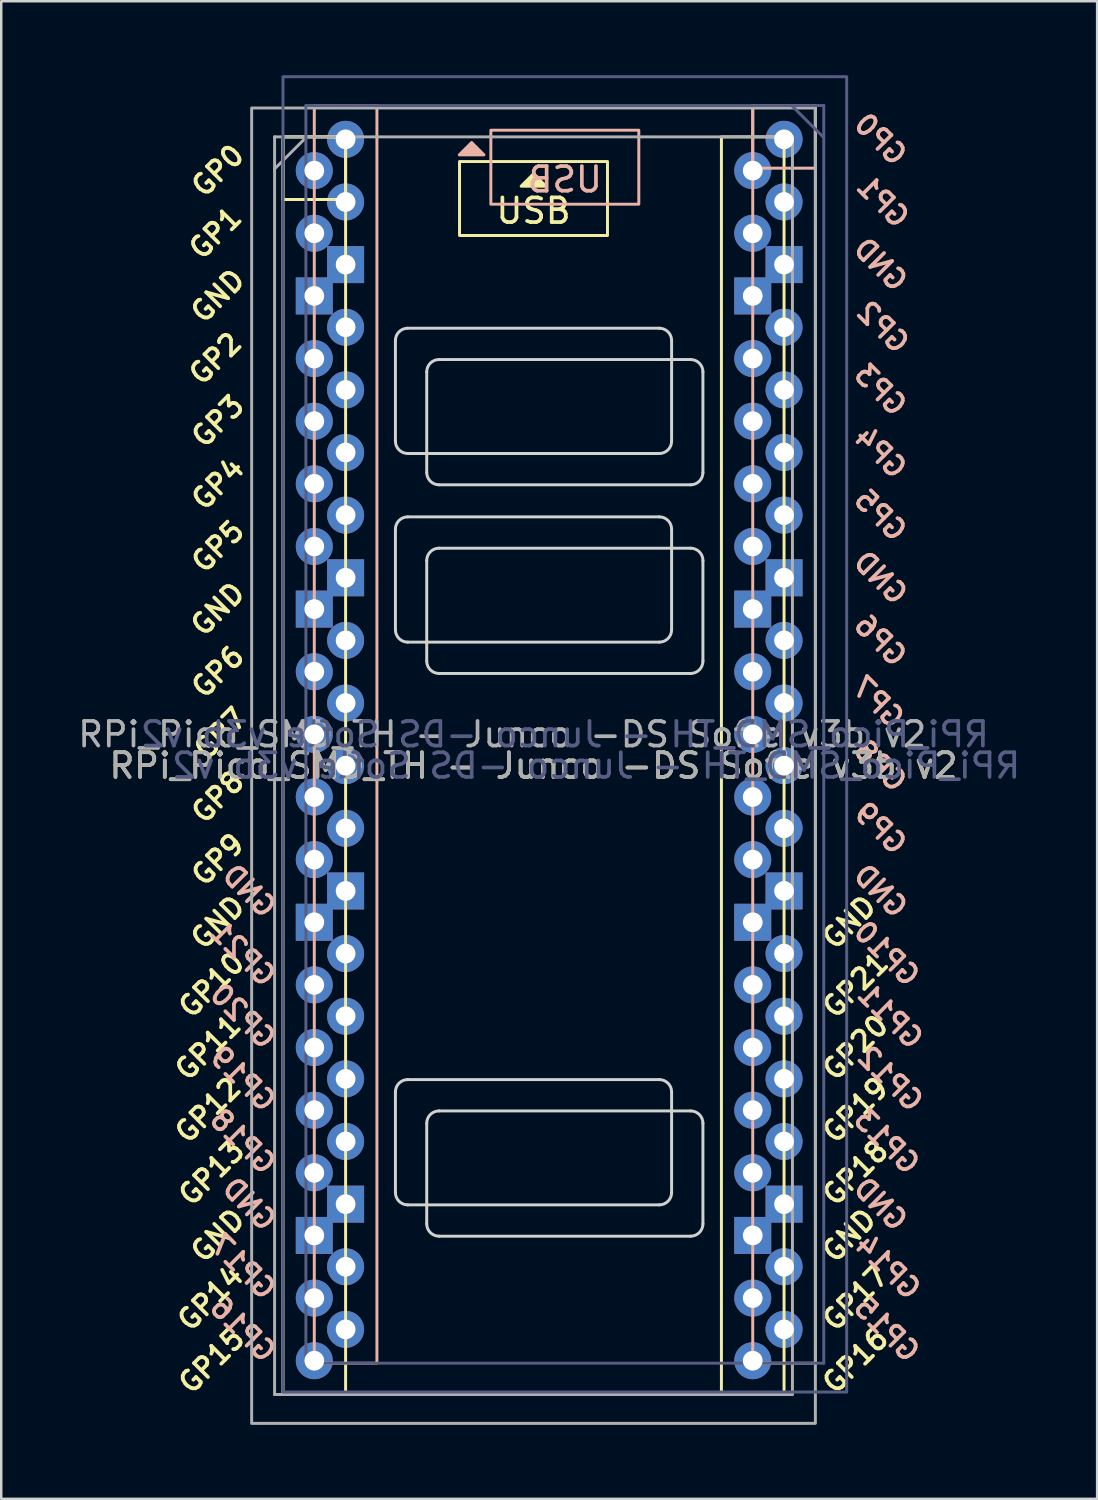
<source format=kicad_pcb>
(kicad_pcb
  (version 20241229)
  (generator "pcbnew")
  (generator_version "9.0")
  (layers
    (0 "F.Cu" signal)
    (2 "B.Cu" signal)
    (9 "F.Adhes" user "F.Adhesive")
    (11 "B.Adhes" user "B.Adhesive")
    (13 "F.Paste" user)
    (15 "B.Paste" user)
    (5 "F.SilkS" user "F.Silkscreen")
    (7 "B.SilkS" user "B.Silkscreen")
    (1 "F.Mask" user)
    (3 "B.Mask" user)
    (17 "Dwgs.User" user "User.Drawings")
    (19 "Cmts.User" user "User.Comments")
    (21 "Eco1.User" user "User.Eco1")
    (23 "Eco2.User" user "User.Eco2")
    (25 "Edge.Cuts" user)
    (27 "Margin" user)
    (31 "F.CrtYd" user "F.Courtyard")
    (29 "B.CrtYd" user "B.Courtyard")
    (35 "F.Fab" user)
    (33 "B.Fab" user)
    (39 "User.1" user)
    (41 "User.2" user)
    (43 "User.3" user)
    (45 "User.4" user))
  (footprint "RPi_Pico_SMD_TH - Junco -DS Sofle v3b v2"
    (layer "F.Cu")
    (at 19.855 28)
    (property "Reference" "RPi_Pico_SMD_TH - Junco -DS Sofle v3b v2" (at -1.27 0 0) (layer "F.SilkS") (effects (font (size 1 1) (thickness 0.15))))
    (attr through_hole)
    (fp_rect (start -11.43 -25.5) (end -8.89 -22.96) (stroke (width 0.12) (type default)) (fill no) (layer "F.SilkS"))
    (fp_rect (start -11.43 -25.5) (end -8.89 25.5) (stroke (width 0.12) (type default)) (fill no) (layer "F.SilkS"))
    (fp_rect (start -4.27 -24.5) (end 1.73 -21.5) (stroke (width 0.12) (type solid)) (fill no) (layer "F.SilkS"))
    (fp_rect (start 6.35 -25.5) (end 8.89 25.5) (stroke (width 0.12) (type default)) (fill no) (layer "F.SilkS"))
    (fp_poly (pts (xy -0.77 -23.5) (xy -1.77 -23.5) (xy -1.27 -24)) (stroke (width 0.12) (type solid)) (fill yes) (layer "F.SilkS"))
    (fp_rect (start -7.62 -26.77) (end -10.16 24.23) (stroke (width 0.12) (type default)) (fill no) (layer "B.SilkS"))
    (fp_rect (start 3 -25.77) (end -3 -22.77) (stroke (width 0.12) (type solid)) (fill no) (layer "B.SilkS"))
    (fp_rect (start 10.16 -26.77) (end 7.62 -24.23) (stroke (width 0.12) (type default)) (fill no) (layer "B.SilkS"))
    (fp_rect (start 10.16 -26.77) (end 7.62 24.23) (stroke (width 0.12) (type default)) (fill no) (layer "B.SilkS"))
    (fp_poly (pts (xy -4.28 -24.77) (xy -3.28 -24.77) (xy -3.78 -25.27)) (stroke (width 0.12) (type solid)) (fill yes) (layer "B.SilkS"))
    (fp_line (start -6.87 -17.24) (end -6.87 -13.16) (stroke (width 0.12) (type default)) (layer "Edge.Cuts"))
    (fp_line (start -6.87 -9.59) (end -6.87 -5.51) (stroke (width 0.12) (type default)) (layer "Edge.Cuts"))
    (fp_line (start -6.87 13.23) (end -6.87 17.31) (stroke (width 0.12) (type default)) (layer "Edge.Cuts"))
    (fp_line (start -5.6 -15.97) (end -5.6 -11.89) (stroke (width 0.12) (type default)) (layer "Edge.Cuts"))
    (fp_line (start -5.6 -8.32) (end -5.6 -4.24) (stroke (width 0.12) (type default)) (layer "Edge.Cuts"))
    (fp_line (start -5.6 14.5) (end -5.6 18.58) (stroke (width 0.12) (type default)) (layer "Edge.Cuts"))
    (fp_line (start -5.1 -16.47) (end 5.1 -16.47) (stroke (width 0.12) (type default)) (layer "Edge.Cuts"))
    (fp_line (start -5.1 -11.39) (end 5.1 -11.39) (stroke (width 0.12) (type default)) (layer "Edge.Cuts"))
    (fp_line (start -5.1 -8.82) (end 5.1 -8.82) (stroke (width 0.12) (type default)) (layer "Edge.Cuts"))
    (fp_line (start -5.1 -3.74) (end 5.1 -3.74) (stroke (width 0.12) (type default)) (layer "Edge.Cuts"))
    (fp_line (start -5.1 14) (end 5.1 14) (stroke (width 0.12) (type default)) (layer "Edge.Cuts"))
    (fp_line (start -5.1 19.08) (end 5.1 19.08) (stroke (width 0.12) (type default)) (layer "Edge.Cuts"))
    (fp_line (start 3.83 -17.74) (end -6.37 -17.74) (stroke (width 0.12) (type default)) (layer "Edge.Cuts"))
    (fp_line (start 3.83 -12.66) (end -6.37 -12.66) (stroke (width 0.12) (type default)) (layer "Edge.Cuts"))
    (fp_line (start 3.83 -10.09) (end -6.37 -10.09) (stroke (width 0.12) (type default)) (layer "Edge.Cuts"))
    (fp_line (start 3.83 -5.01) (end -6.37 -5.01) (stroke (width 0.12) (type default)) (layer "Edge.Cuts"))
    (fp_line (start 3.83 12.73) (end -6.37 12.73) (stroke (width 0.12) (type default)) (layer "Edge.Cuts"))
    (fp_line (start 3.83 17.81) (end -6.37 17.81) (stroke (width 0.12) (type default)) (layer "Edge.Cuts"))
    (fp_line (start 4.33 -17.24) (end 4.33 -13.16) (stroke (width 0.12) (type default)) (layer "Edge.Cuts"))
    (fp_line (start 4.33 -9.59) (end 4.33 -5.51) (stroke (width 0.12) (type default)) (layer "Edge.Cuts"))
    (fp_line (start 4.33 13.23) (end 4.33 17.31) (stroke (width 0.12) (type default)) (layer "Edge.Cuts"))
    (fp_line (start 5.6 -15.97) (end 5.6 -11.89) (stroke (width 0.12) (type default)) (layer "Edge.Cuts"))
    (fp_line (start 5.6 -8.32) (end 5.6 -4.24) (stroke (width 0.12) (type default)) (layer "Edge.Cuts"))
    (fp_line (start 5.6 14.5) (end 5.6 18.58) (stroke (width 0.12) (type default)) (layer "Edge.Cuts"))
    (fp_arc (start -6.870099 -17.239901) (mid -6.723623 -17.593524) (end -6.37 -17.74) (stroke (width 0.12) (type default)) (layer "Edge.Cuts"))
    (fp_arc (start -6.870099 -9.589901) (mid -6.723623 -9.943524) (end -6.37 -10.09) (stroke (width 0.12) (type default)) (layer "Edge.Cuts"))
    (fp_arc (start -6.870099 13.230099) (mid -6.723623 12.876476) (end -6.37 12.73) (stroke (width 0.12) (type default)) (layer "Edge.Cuts"))
    (fp_arc (start -6.37 -12.66) (mid -6.723624 -12.806476) (end -6.870099 -13.160099) (stroke (width 0.12) (type default)) (layer "Edge.Cuts"))
    (fp_arc (start -6.37 -5.01) (mid -6.723624 -5.156476) (end -6.870099 -5.510099) (stroke (width 0.12) (type default)) (layer "Edge.Cuts"))
    (fp_arc (start -6.37 17.81) (mid -6.723624 17.663524) (end -6.870099 17.309901) (stroke (width 0.12) (type default)) (layer "Edge.Cuts"))
    (fp_arc (start -5.600099 -15.969901) (mid -5.453623 -16.323524) (end -5.1 -16.47) (stroke (width 0.12) (type default)) (layer "Edge.Cuts"))
    (fp_arc (start -5.600099 -8.319901) (mid -5.453623 -8.673524) (end -5.1 -8.82) (stroke (width 0.12) (type default)) (layer "Edge.Cuts"))
    (fp_arc (start -5.600099 14.500099) (mid -5.453623 14.146476) (end -5.1 14) (stroke (width 0.12) (type default)) (layer "Edge.Cuts"))
    (fp_arc (start -5.1 -11.39) (mid -5.453623 -11.536476) (end -5.600099 -11.890099) (stroke (width 0.12) (type default)) (layer "Edge.Cuts"))
    (fp_arc (start -5.1 -3.74) (mid -5.453623 -3.886476) (end -5.600099 -4.240099) (stroke (width 0.12) (type default)) (layer "Edge.Cuts"))
    (fp_arc (start -5.1 19.08) (mid -5.453623 18.933524) (end -5.600099 18.579901) (stroke (width 0.12) (type default)) (layer "Edge.Cuts"))
    (fp_arc (start 3.83 -17.74) (mid 4.183624 -17.593524) (end 4.330099 -17.239901) (stroke (width 0.12) (type default)) (layer "Edge.Cuts"))
    (fp_arc (start 3.83 -10.09) (mid 4.183624 -9.943524) (end 4.330099 -9.589901) (stroke (width 0.12) (type default)) (layer "Edge.Cuts"))
    (fp_arc (start 3.83 12.73) (mid 4.183624 12.876476) (end 4.330099 13.230099) (stroke (width 0.12) (type default)) (layer "Edge.Cuts"))
    (fp_arc (start 4.330099 -13.160099) (mid 4.183623 -12.806476) (end 3.83 -12.66) (stroke (width 0.12) (type default)) (layer "Edge.Cuts"))
    (fp_arc (start 4.330099 -5.510099) (mid 4.183623 -5.156476) (end 3.83 -5.01) (stroke (width 0.12) (type default)) (layer "Edge.Cuts"))
    (fp_arc (start 4.330099 17.309901) (mid 4.183623 17.663524) (end 3.83 17.81) (stroke (width 0.12) (type default)) (layer "Edge.Cuts"))
    (fp_arc (start 5.1 -16.47) (mid 5.453624 -16.323524) (end 5.600099 -15.969901) (stroke (width 0.12) (type default)) (layer "Edge.Cuts"))
    (fp_arc (start 5.1 -8.82) (mid 5.453624 -8.673524) (end 5.600099 -8.319901) (stroke (width 0.12) (type default)) (layer "Edge.Cuts"))
    (fp_arc (start 5.1 14) (mid 5.453624 14.146476) (end 5.600099 14.500099) (stroke (width 0.12) (type default)) (layer "Edge.Cuts"))
    (fp_arc (start 5.600099 -11.890099) (mid 5.453623 -11.536476) (end 5.1 -11.39) (stroke (width 0.12) (type default)) (layer "Edge.Cuts"))
    (fp_arc (start 5.600099 -4.240099) (mid 5.453623 -3.886476) (end 5.1 -3.74) (stroke (width 0.12) (type default)) (layer "Edge.Cuts"))
    (fp_arc (start 5.600099 18.579901) (mid 5.453623 18.933524) (end 5.1 19.08) (stroke (width 0.12) (type default)) (layer "Edge.Cuts"))
    (fp_line (start -10.5 -26.77) (end -10.5 24.23) (stroke (width 0.12) (type solid)) (layer "B.Fab"))
    (fp_line (start -10.5 24.23) (end 10.5 24.23) (stroke (width 0.12) (type solid)) (layer "B.Fab"))
    (fp_line (start 10.5 -26.77) (end -10.5 -26.77) (stroke (width 0.12) (type solid)) (layer "B.Fab"))
    (fp_line (start 10.5 -25.47) (end 9.2 -26.77) (stroke (width 0.12) (type solid)) (layer "B.Fab"))
    (fp_line (start 10.5 24.23) (end 10.5 -26.77) (stroke (width 0.12) (type solid)) (layer "B.Fab"))
    (fp_rect (start 11.43 -27.94) (end -11.43 25.4) (stroke (width 0.12) (type solid)) (fill no) (layer "B.Fab"))
    (fp_line (start -11.77 -25.5) (end 9.23 -25.5) (stroke (width 0.12) (type solid)) (layer "F.Fab"))
    (fp_line (start -11.77 -24.2) (end -10.47 -25.5) (stroke (width 0.12) (type solid)) (layer "F.Fab"))
    (fp_line (start -11.77 25.5) (end -11.77 -25.5) (stroke (width 0.12) (type solid)) (layer "F.Fab"))
    (fp_line (start 9.23 -25.5) (end 9.23 25.5) (stroke (width 0.12) (type solid)) (layer "F.Fab"))
    (fp_line (start 9.23 25.5) (end -11.77 25.5) (stroke (width 0.12) (type solid)) (layer "F.Fab"))
    (fp_rect (start -12.7 -26.67) (end 10.16 26.67) (stroke (width 0.12) (type solid)) (fill no) (layer "F.Fab"))
    (fp_text user "GP17" (at 11.784 21.59 45) (layer "F.SilkS") (effects (font (size 0.8 0.8) (thickness 0.15))))
    (fp_text user "GND" (at 11.53 19.05 45) (layer "F.SilkS") (effects (font (size 0.8 0.8) (thickness 0.15))))
    (fp_text user "GP21" (at 11.784 8.9 45) (layer "F.SilkS") (effects (font (size 0.8 0.8) (thickness 0.15))))
    (fp_text user "GP8" (at -14.07 1.27 45) (layer "F.SilkS") (effects (font (size 0.8 0.8) (thickness 0.15))))
    (fp_text user "GP14" (at -14.37 21.59 45) (layer "F.SilkS") (effects (font (size 0.8 0.8) (thickness 0.15))))
    (fp_text user "GP13" (at -14.324 16.51 45) (layer "F.SilkS") (effects (font (size 0.8 0.8) (thickness 0.15))))
    (fp_text user "GP11" (at -14.47 11.43 45) (layer "F.SilkS") (effects (font (size 0.8 0.8) (thickness 0.15))))
    (fp_text user "GND" (at -14.07 19.05 45) (layer "F.SilkS") (effects (font (size 0.8 0.8) (thickness 0.15))))
    (fp_text user "GP12" (at -14.47 13.97 45) (layer "F.SilkS") (effects (font (size 0.8 0.8) (thickness 0.15))))
    (fp_text user "GP18" (at 11.784 16.51 45) (layer "F.SilkS") (effects (font (size 0.8 0.8) (thickness 0.15))))
    (fp_text user "GP5" (at -14.07 -8.89 45) (layer "F.SilkS") (effects (font (size 0.8 0.8) (thickness 0.15))))
    (fp_text user "GP16" (at 11.784 24.13 45) (layer "F.SilkS") (effects (font (size 0.8 0.8) (thickness 0.15))))
    (fp_text user "GP10" (at -14.324 8.89 45) (layer "F.SilkS") (effects (font (size 0.8 0.8) (thickness 0.15))))
    (fp_text user "GP9" (at -14.07 3.81 45) (layer "F.SilkS") (effects (font (size 0.8 0.8) (thickness 0.15))))
    (fp_text user "GP1" (at -14.17 -21.6 45) (layer "F.SilkS") (effects (font (size 0.8 0.8) (thickness 0.15))))
    (fp_text user "GP3" (at -14.07 -13.97 45) (layer "F.SilkS") (effects (font (size 0.8 0.8) (thickness 0.15))))
    (fp_text user "GP15" (at -14.324 24.13 45) (layer "F.SilkS") (effects (font (size 0.8 0.8) (thickness 0.15))))
    (fp_text user "GP19" (at 11.784 13.97 45) (layer "F.SilkS") (effects (font (size 0.8 0.8) (thickness 0.15))))
    (fp_text user "GP0" (at -14.07 -24.13 45) (layer "F.SilkS") (effects (font (size 0.8 0.8) (thickness 0.15))))
    (fp_text user "GND" (at 11.53 6.35 45) (layer "F.SilkS") (effects (font (size 0.8 0.8) (thickness 0.15))))
    (fp_text user "USB" (at -1.27 -22.5 0) (unlocked yes) (layer "F.SilkS") (effects (font (size 1 1) (thickness 0.15))))
    (fp_text user "GP7" (at -13.97 -1.3 45) (layer "F.SilkS") (effects (font (size 0.8 0.8) (thickness 0.15))))
    (fp_text user "GND" (at -14.07 -19.05 45) (layer "F.SilkS") (effects (font (size 0.8 0.8) (thickness 0.15))))
    (fp_text user "GP4" (at -14.07 -11.43 45) (layer "F.SilkS") (effects (font (size 0.8 0.8) (thickness 0.15))))
    (fp_text user "GP20" (at 11.784 11.43 45) (layer "F.SilkS") (effects (font (size 0.8 0.8) (thickness 0.15))))
    (fp_text user "GP2" (at -14.17 -16.51 45) (layer "F.SilkS") (effects (font (size 0.8 0.8) (thickness 0.15))))
    (fp_text user "GND" (at -14.07 6.35 45) (layer "F.SilkS") (effects (font (size 0.8 0.8) (thickness 0.15))))
    (fp_text user "GND" (at -14.07 -6.35 45) (layer "F.SilkS") (effects (font (size 0.8 0.8) (thickness 0.15))))
    (fp_text user "GP6" (at -14.07 -3.81 45) (layer "F.SilkS") (effects (font (size 0.8 0.8) (thickness 0.15))))
    (fp_text user "GP15" (at 13.054 22.86 315) (layer "B.SilkS") (effects (font (size 0.8 0.8) (thickness 0.15)) (justify mirror)))
    (fp_text user "GP3" (at 12.8 -15.24 315) (layer "B.SilkS") (effects (font (size 0.8 0.8) (thickness 0.15)) (justify mirror)))
    (fp_text user "GP13" (at 13.054 15.24 315) (layer "B.SilkS") (effects (font (size 0.8 0.8) (thickness 0.15)) (justify mirror)))
    (fp_text user "GP17" (at -13.054 20.32 315) (layer "B.SilkS") (effects (font (size 0.8 0.8) (thickness 0.15)) (justify mirror)))
    (fp_text user "GP21" (at -13.054 7.63 315) (layer "B.SilkS") (effects (font (size 0.8 0.8) (thickness 0.15)) (justify mirror)))
    (fp_text user "GP10" (at 13.054 7.62 315) (layer "B.SilkS") (effects (font (size 0.8 0.8) (thickness 0.15)) (justify mirror)))
    (fp_text user "GP2" (at 12.9 -17.78 315) (layer "B.SilkS") (effects (font (size 0.8 0.8) (thickness 0.15)) (justify mirror)))
    (fp_text user "GND" (at 12.8 17.78 315) (layer "B.SilkS") (effects (font (size 0.8 0.8) (thickness 0.15)) (justify mirror)))
    (fp_text user "GP11" (at 13.2 10.16 315) (layer "B.SilkS") (effects (font (size 0.8 0.8) (thickness 0.15)) (justify mirror)))
    (fp_text user "GP14" (at 13.1 20.32 315) (layer "B.SilkS") (effects (font (size 0.8 0.8) (thickness 0.15)) (justify mirror)))
    (fp_text user "GP12" (at 13.2 12.7 315) (layer "B.SilkS") (effects (font (size 0.8 0.8) (thickness 0.15)) (justify mirror)))
    (fp_text user "GP16" (at -13.054 22.86 315) (layer "B.SilkS") (effects (font (size 0.8 0.8) (thickness 0.15)) (justify mirror)))
    (fp_text user "GP7" (at 12.7 -2.57 315) (layer "B.SilkS") (effects (font (size 0.8 0.8) (thickness 0.15)) (justify mirror)))
    (fp_text user "GP4" (at 12.8 -12.7 315) (layer "B.SilkS") (effects (font (size 0.8 0.8) (thickness 0.15)) (justify mirror)))
    (fp_text user "GP9" (at 12.8 2.54 315) (layer "B.SilkS") (effects (font (size 0.8 0.8) (thickness 0.15)) (justify mirror)))
    (fp_text user "USB" (at 0 -23.77 0) (unlocked yes) (layer "B.SilkS") (effects (font (size 1 1) (thickness 0.15)) (justify mirror)))
    (fp_text user "GP19" (at -13.054 12.7 315) (layer "B.SilkS") (effects (font (size 0.8 0.8) (thickness 0.15)) (justify mirror)))
    (fp_text user "GND" (at -12.8 5.08 315) (layer "B.SilkS") (effects (font (size 0.8 0.8) (thickness 0.15)) (justify mirror)))
    (fp_text user "GND" (at -12.8 17.78 315) (layer "B.SilkS") (effects (font (size 0.8 0.8) (thickness 0.15)) (justify mirror)))
    (fp_text user "GP20" (at -13.054 10.16 315) (layer "B.SilkS") (effects (font (size 0.8 0.8) (thickness 0.15)) (justify mirror)))
    (fp_text user "GND" (at 12.8 -20.32 315) (layer "B.SilkS") (effects (font (size 0.8 0.8) (thickness 0.15)) (justify mirror)))
    (fp_text user "GP8" (at 12.8 0 315) (layer "B.SilkS") (effects (font (size 0.8 0.8) (thickness 0.15)) (justify mirror)))
    (fp_text user "GP18" (at -13.054 15.24 315) (layer "B.SilkS") (effects (font (size 0.8 0.8) (thickness 0.15)) (justify mirror)))
    (fp_text user "GP5" (at 12.8 -10.16 315) (layer "B.SilkS") (effects (font (size 0.8 0.8) (thickness 0.15)) (justify mirror)))
    (fp_text user "GP6" (at 12.8 -5.08 315) (layer "B.SilkS") (effects (font (size 0.8 0.8) (thickness 0.15)) (justify mirror)))
    (fp_text user "GND" (at 12.8 -7.62 315) (layer "B.SilkS") (effects (font (size 0.8 0.8) (thickness 0.15)) (justify mirror)))
    (fp_text user "GND" (at 12.8 5.08 315) (layer "B.SilkS") (effects (font (size 0.8 0.8) (thickness 0.15)) (justify mirror)))
    (fp_text user "GP0" (at 12.8 -25.4 315) (layer "B.SilkS") (effects (font (size 0.8 0.8) (thickness 0.15)) (justify mirror)))
    (fp_text user "GP1" (at 12.9 -22.87 315) (layer "B.SilkS") (effects (font (size 0.8 0.8) (thickness 0.15)) (justify mirror)))
    (fp_text user "${REFERENCE}" (at 0 -1.27 180) (layer "B.Fab") (effects (font (size 1 1) (thickness 0.15)) (justify mirror)))
    (fp_text user "${REFERENCE}" (at 1.27 0 180) (layer "B.Fab") (effects (font (size 1 1) (thickness 0.15)) (justify mirror)))
    (fp_text user "${REFERENCE}" (at -1.27 0 180) (layer "F.Fab") (effects (font (size 1 1) (thickness 0.15))))
    (fp_text user "${REFERENCE}" (at -2.54 -1.27 180) (layer "F.Fab") (effects (font (size 1 1) (thickness 0.15))))
    (pad "1" thru_hole circle (at -10.16 -24.13) (size 1.5 1.5) (drill 0.8) (layers "*.Cu" "B.Mask"))
    (pad "1" thru_hole circle (at 8.89 -25.4) (size 1.5 1.5) (drill 0.8) (layers "*.Cu" "F.Mask"))
    (pad "2" thru_hole circle (at -10.16 -21.59) (size 1.5 1.5) (drill 0.8) (layers "*.Cu" "B.Mask"))
    (pad "2" thru_hole circle (at 8.89 -22.86) (size 1.5 1.5) (drill 0.8) (layers "*.Cu" "F.Mask"))
    (pad "3" thru_hole rect (at -10.16 -19.05) (size 1.5 1.5) (drill 0.8) (layers "*.Cu" "B.Mask"))
    (pad "3" thru_hole rect (at 8.89 -20.32) (size 1.5 1.5) (drill 0.8) (layers "*.Cu" "F.Mask"))
    (pad "4" thru_hole circle (at -10.16 -16.51) (size 1.5 1.5) (drill 0.8) (layers "*.Cu" "B.Mask"))
    (pad "4" thru_hole circle (at 8.89 -17.78) (size 1.5 1.5) (drill 0.8) (layers "*.Cu" "F.Mask"))
    (pad "5" thru_hole circle (at -10.16 -13.97) (size 1.5 1.5) (drill 0.8) (layers "*.Cu" "B.Mask"))
    (pad "5" thru_hole circle (at 8.89 -15.24) (size 1.5 1.5) (drill 0.8) (layers "*.Cu" "F.Mask"))
    (pad "6" thru_hole circle (at -10.16 -11.43) (size 1.5 1.5) (drill 0.8) (layers "*.Cu" "B.Mask"))
    (pad "6" thru_hole circle (at 8.89 -12.7) (size 1.5 1.5) (drill 0.8) (layers "*.Cu" "F.Mask"))
    (pad "7" thru_hole circle (at -10.16 -8.89) (size 1.5 1.5) (drill 0.8) (layers "*.Cu" "B.Mask"))
    (pad "7" thru_hole circle (at 8.89 -10.16) (size 1.5 1.5) (drill 0.8) (layers "*.Cu" "F.Mask"))
    (pad "8" thru_hole rect (at -10.16 -6.35) (size 1.5 1.5) (drill 0.8) (layers "*.Cu" "B.Mask"))
    (pad "8" thru_hole rect (at 8.89 -7.62) (size 1.5 1.5) (drill 0.8) (layers "*.Cu" "F.Mask"))
    (pad "9" thru_hole circle (at -10.16 -3.81) (size 1.5 1.5) (drill 0.8) (layers "*.Cu" "B.Mask"))
    (pad "9" thru_hole circle (at 8.89 -5.08) (size 1.5 1.5) (drill 0.8) (layers "*.Cu" "F.Mask"))
    (pad "10" thru_hole circle (at -10.16 -1.27) (size 1.5 1.5) (drill 0.8) (layers "*.Cu" "B.Mask"))
    (pad "10" thru_hole circle (at 8.89 -2.54) (size 1.5 1.5) (drill 0.8) (layers "*.Cu" "F.Mask"))
    (pad "11" thru_hole circle (at -10.16 1.27) (size 1.5 1.5) (drill 0.8) (layers "*.Cu" "B.Mask"))
    (pad "11" thru_hole circle (at 8.89 0) (size 1.5 1.5) (drill 0.8) (layers "*.Cu" "F.Mask"))
    (pad "12" thru_hole circle (at -10.16 3.81) (size 1.5 1.5) (drill 0.8) (layers "*.Cu" "B.Mask"))
    (pad "12" thru_hole circle (at 8.89 2.54) (size 1.5 1.5) (drill 0.8) (layers "*.Cu" "F.Mask"))
    (pad "13" thru_hole rect (at -10.16 6.35) (size 1.5 1.5) (drill 0.8) (layers "*.Cu" "B.Mask"))
    (pad "13" thru_hole rect (at 8.89 5.08) (size 1.5 1.5) (drill 0.8) (layers "*.Cu" "F.Mask"))
    (pad "14" thru_hole circle (at -10.16 8.89) (size 1.5 1.5) (drill 0.8) (layers "*.Cu" "B.Mask"))
    (pad "14" thru_hole circle (at 8.89 7.62) (size 1.5 1.5) (drill 0.8) (layers "*.Cu" "F.Mask"))
    (pad "15" thru_hole circle (at -10.16 11.43) (size 1.5 1.5) (drill 0.8) (layers "*.Cu" "B.Mask"))
    (pad "15" thru_hole circle (at 8.89 10.16) (size 1.5 1.5) (drill 0.8) (layers "*.Cu" "F.Mask"))
    (pad "16" thru_hole circle (at -10.16 13.97) (size 1.5 1.5) (drill 0.8) (layers "*.Cu" "B.Mask"))
    (pad "16" thru_hole circle (at 8.89 12.7) (size 1.5 1.5) (drill 0.8) (layers "*.Cu" "F.Mask"))
    (pad "17" thru_hole circle (at -10.16 16.51) (size 1.5 1.5) (drill 0.8) (layers "*.Cu" "B.Mask"))
    (pad "17" thru_hole circle (at 8.89 15.24) (size 1.5 1.5) (drill 0.8) (layers "*.Cu" "F.Mask"))
    (pad "18" thru_hole rect (at -10.16 19.05) (size 1.5 1.5) (drill 0.8) (layers "*.Cu" "B.Mask"))
    (pad "18" thru_hole rect (at 8.89 17.78) (size 1.5 1.5) (drill 0.8) (layers "*.Cu" "F.Mask"))
    (pad "19" thru_hole circle (at -10.16 21.59) (size 1.5 1.5) (drill 0.8) (layers "*.Cu" "B.Mask"))
    (pad "19" thru_hole circle (at 8.89 20.32) (size 1.5 1.5) (drill 0.8) (layers "*.Cu" "F.Mask"))
    (pad "20" thru_hole circle (at -10.16 24.13) (size 1.5 1.5) (drill 0.8) (layers "*.Cu" "B.Mask"))
    (pad "20" thru_hole circle (at 8.89 22.86) (size 1.5 1.5) (drill 0.8) (layers "*.Cu" "F.Mask"))
    (pad "21" thru_hole circle (at -8.89 22.86) (size 1.5 1.5) (drill 0.8) (layers "*.Cu" "F.Mask"))
    (pad "21" thru_hole circle (at 7.62 24.13) (size 1.5 1.5) (drill 0.8) (layers "*.Cu" "B.Mask"))
    (pad "22" thru_hole circle (at -8.89 20.32) (size 1.5 1.5) (drill 0.8) (layers "*.Cu" "F.Mask"))
    (pad "22" thru_hole circle (at 7.62 21.59) (size 1.5 1.5) (drill 0.8) (layers "*.Cu" "B.Mask"))
    (pad "23" thru_hole rect (at -8.89 17.78) (size 1.5 1.5) (drill 0.8) (layers "*.Cu" "F.Mask"))
    (pad "23" thru_hole rect (at 7.62 19.05) (size 1.5 1.5) (drill 0.8) (layers "*.Cu" "B.Mask"))
    (pad "24" thru_hole circle (at -8.89 15.24) (size 1.5 1.5) (drill 0.8) (layers "*.Cu" "F.Mask"))
    (pad "24" thru_hole circle (at 7.62 16.51) (size 1.5 1.5) (drill 0.8) (layers "*.Cu" "B.Mask"))
    (pad "25" thru_hole circle (at -8.89 12.7) (size 1.5 1.5) (drill 0.8) (layers "*.Cu" "F.Mask"))
    (pad "25" thru_hole circle (at 7.62 13.97) (size 1.5 1.5) (drill 0.8) (layers "*.Cu" "B.Mask"))
    (pad "26" thru_hole circle (at -8.89 10.16) (size 1.5 1.5) (drill 0.8) (layers "*.Cu" "F.Mask"))
    (pad "26" thru_hole circle (at 7.62 11.43) (size 1.5 1.5) (drill 0.8) (layers "*.Cu" "B.Mask"))
    (pad "27" thru_hole circle (at -8.89 7.62) (size 1.5 1.5) (drill 0.8) (layers "*.Cu" "F.Mask"))
    (pad "27" thru_hole circle (at 7.62 8.89) (size 1.5 1.5) (drill 0.8) (layers "*.Cu" "B.Mask"))
    (pad "28" thru_hole rect (at -8.89 5.08) (size 1.5 1.5) (drill 0.8) (layers "*.Cu" "F.Mask"))
    (pad "28" thru_hole rect (at 7.62 6.35) (size 1.5 1.5) (drill 0.8) (layers "*.Cu" "B.Mask"))
    (pad "29" thru_hole circle (at -8.89 2.54) (size 1.5 1.5) (drill 0.8) (layers "*.Cu" "F.Mask"))
    (pad "29" thru_hole circle (at 7.62 3.81) (size 1.5 1.5) (drill 0.8) (layers "*.Cu" "B.Mask"))
    (pad "30" thru_hole circle (at -8.89 0) (size 1.5 1.5) (drill 0.8) (layers "*.Cu" "F.Mask"))
    (pad "30" thru_hole circle (at 7.62 1.27) (size 1.5 1.5) (drill 0.8) (layers "*.Cu" "B.Mask"))
    (pad "31" thru_hole circle (at -8.89 -2.54) (size 1.5 1.5) (drill 0.8) (layers "*.Cu" "F.Mask"))
    (pad "31" thru_hole circle (at 7.62 -1.27) (size 1.5 1.5) (drill 0.8) (layers "*.Cu" "B.Mask"))
    (pad "32" thru_hole circle (at -8.89 -5.08) (size 1.5 1.5) (drill 0.8) (layers "*.Cu" "F.Mask"))
    (pad "32" thru_hole circle (at 7.62 -3.81) (size 1.5 1.5) (drill 0.8) (layers "*.Cu" "B.Mask"))
    (pad "33" thru_hole rect (at -8.89 -7.62) (size 1.5 1.5) (drill 0.8) (layers "*.Cu" "F.Mask"))
    (pad "33" thru_hole rect (at 7.62 -6.35) (size 1.5 1.5) (drill 0.8) (layers "*.Cu" "B.Mask"))
    (pad "34" thru_hole circle (at -8.89 -10.16) (size 1.5 1.5) (drill 0.8) (layers "*.Cu" "F.Mask"))
    (pad "34" thru_hole circle (at 7.62 -8.89) (size 1.5 1.5) (drill 0.8) (layers "*.Cu" "B.Mask"))
    (pad "35" thru_hole circle (at -8.89 -12.7) (size 1.5 1.5) (drill 0.8) (layers "*.Cu" "F.Mask"))
    (pad "35" thru_hole circle (at 7.62 -11.43) (size 1.5 1.5) (drill 0.8) (layers "*.Cu" "B.Mask"))
    (pad "36" thru_hole circle (at -8.89 -15.24) (size 1.5 1.5) (drill 0.8) (layers "*.Cu" "F.Mask"))
    (pad "36" thru_hole circle (at 7.62 -13.97) (size 1.5 1.5) (drill 0.8) (layers "*.Cu" "B.Mask"))
    (pad "37" thru_hole circle (at -8.89 -17.78) (size 1.5 1.5) (drill 0.8) (layers "*.Cu" "F.Mask"))
    (pad "37" thru_hole circle (at 7.62 -16.51) (size 1.5 1.5) (drill 0.8) (layers "*.Cu" "B.Mask"))
    (pad "38" thru_hole rect (at -8.89 -20.32) (size 1.5 1.5) (drill 0.8) (layers "*.Cu" "F.Mask"))
    (pad "38" thru_hole rect (at 7.62 -19.05) (size 1.5 1.5) (drill 0.8) (layers "*.Cu" "B.Mask"))
    (pad "39" thru_hole circle (at -8.89 -22.86) (size 1.5 1.5) (drill 0.8) (layers "*.Cu" "F.Mask"))
    (pad "39" thru_hole circle (at 7.62 -21.59) (size 1.5 1.5) (drill 0.8) (layers "*.Cu" "B.Mask"))
    (pad "40" thru_hole circle (at -8.89 -25.4) (size 1.5 1.5) (drill 0.8) (layers "*.Cu" "F.Mask"))
    (pad "40" thru_hole circle (at 7.62 -24.13) (size 1.5 1.5) (drill 0.8) (layers "*.Cu" "B.Mask")))
  (gr_rect
    (start -3 -3)
    (end 41.441 57.73)
    (stroke (width 0.1) (type default))
    (fill no)
    (layer "Edge.Cuts")))
</source>
